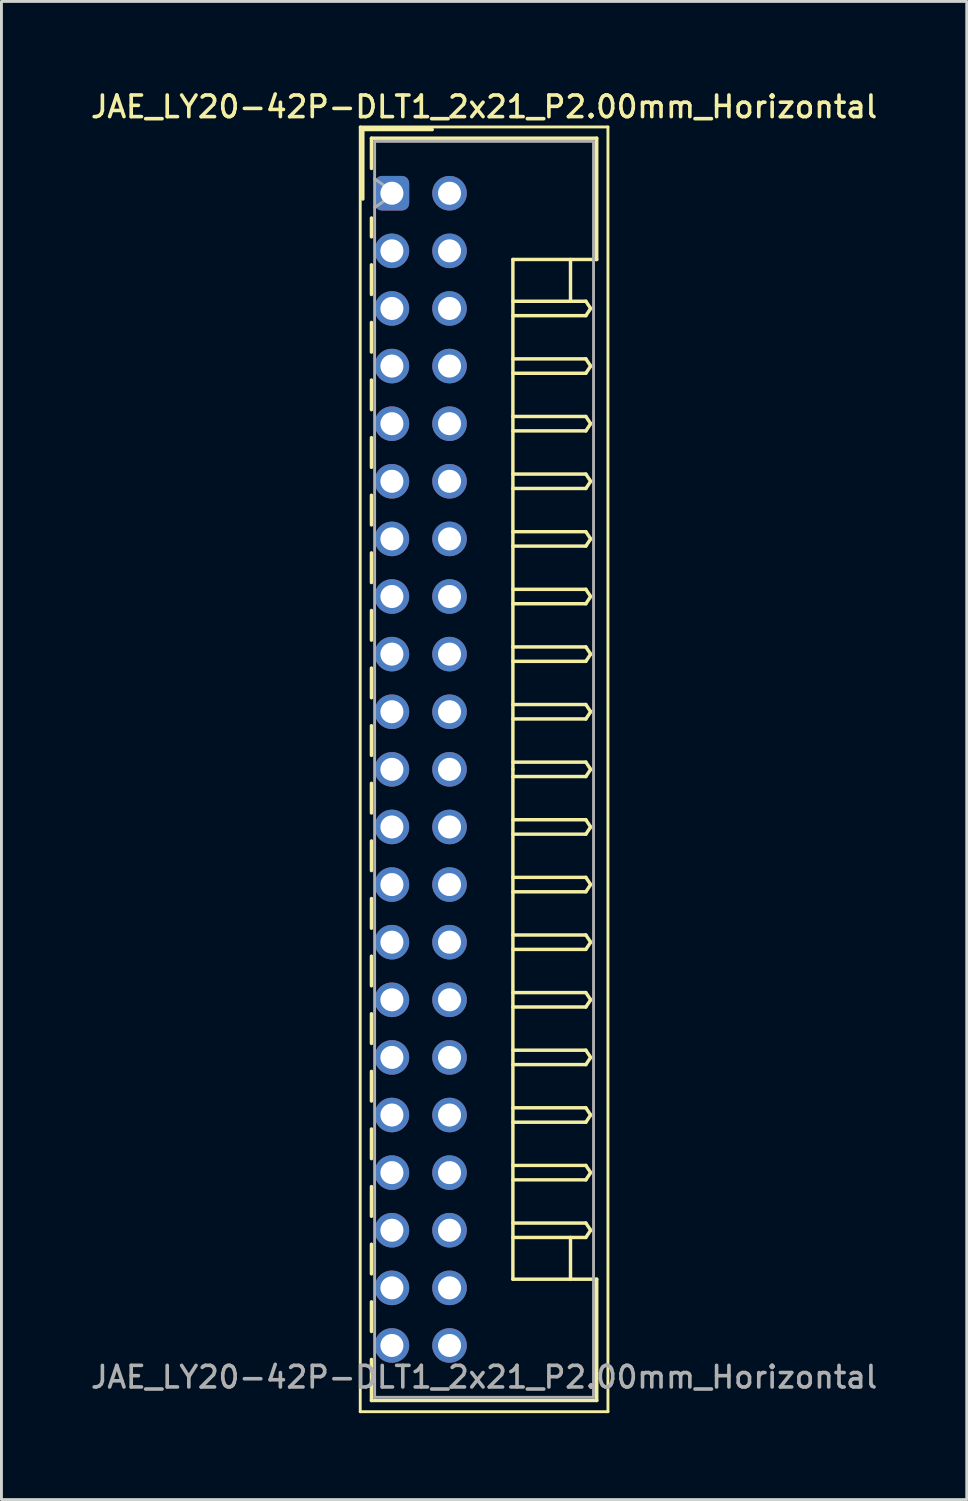
<source format=kicad_pcb>
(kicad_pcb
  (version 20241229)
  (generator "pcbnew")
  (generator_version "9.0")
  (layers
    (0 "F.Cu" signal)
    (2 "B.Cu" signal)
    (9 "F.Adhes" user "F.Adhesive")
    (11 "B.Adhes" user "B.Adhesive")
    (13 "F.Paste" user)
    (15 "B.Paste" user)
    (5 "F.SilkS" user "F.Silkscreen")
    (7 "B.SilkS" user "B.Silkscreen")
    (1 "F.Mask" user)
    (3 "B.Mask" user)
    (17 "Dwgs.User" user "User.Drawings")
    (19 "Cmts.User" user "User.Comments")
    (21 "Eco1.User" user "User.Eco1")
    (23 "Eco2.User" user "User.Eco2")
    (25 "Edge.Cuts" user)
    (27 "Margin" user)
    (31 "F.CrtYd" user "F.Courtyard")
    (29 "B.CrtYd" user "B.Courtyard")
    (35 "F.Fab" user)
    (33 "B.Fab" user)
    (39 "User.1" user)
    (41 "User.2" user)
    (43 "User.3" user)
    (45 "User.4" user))
  (footprint "JAE_LY20-42P-DLT1_2x21_P2.00mm_Horizontal"
    (layer "F.Cu")
    (at 10.555 3.658)
    (property "Reference" "JAE_LY20-42P-DLT1_2x21_P2.00mm_Horizontal" (at 3.2 -3 0) (layer "F.SilkS") (effects (font (size 0.75 0.75) (thickness 0.125))))
    (attr through_hole)
    (fp_line (start -1.1 -2.3) (end -1.1 42.3) (stroke (width 0.1) (type solid)) (layer "F.SilkS"))
    (fp_line (start -1.1 42.3) (end 7.5 42.3) (stroke (width 0.1) (type solid)) (layer "F.SilkS"))
    (fp_line (start -1.01 -2.21) (end -1.01 0.2) (stroke (width 0.12) (type solid)) (layer "F.SilkS"))
    (fp_line (start -0.71 -1.91) (end -0.71 -0.86) (stroke (width 0.12) (type solid)) (layer "F.SilkS"))
    (fp_line (start -0.71 -1.91) (end 7.11 -1.91) (stroke (width 0.12) (type solid)) (layer "F.SilkS"))
    (fp_line (start -0.71 0.86) (end -0.71 1.515) (stroke (width 0.12) (type solid)) (layer "F.SilkS"))
    (fp_line (start -0.71 2.485) (end -0.71 3.515) (stroke (width 0.12) (type solid)) (layer "F.SilkS"))
    (fp_line (start -0.71 4.485) (end -0.71 5.515) (stroke (width 0.12) (type solid)) (layer "F.SilkS"))
    (fp_line (start -0.71 6.485) (end -0.71 7.515) (stroke (width 0.12) (type solid)) (layer "F.SilkS"))
    (fp_line (start -0.71 8.485) (end -0.71 9.515) (stroke (width 0.12) (type solid)) (layer "F.SilkS"))
    (fp_line (start -0.71 10.485) (end -0.71 11.515) (stroke (width 0.12) (type solid)) (layer "F.SilkS"))
    (fp_line (start -0.71 12.485) (end -0.71 13.515) (stroke (width 0.12) (type solid)) (layer "F.SilkS"))
    (fp_line (start -0.71 14.485) (end -0.71 15.515) (stroke (width 0.12) (type solid)) (layer "F.SilkS"))
    (fp_line (start -0.71 16.485) (end -0.71 17.515) (stroke (width 0.12) (type solid)) (layer "F.SilkS"))
    (fp_line (start -0.71 18.485) (end -0.71 19.515) (stroke (width 0.12) (type solid)) (layer "F.SilkS"))
    (fp_line (start -0.71 20.485) (end -0.71 21.515) (stroke (width 0.12) (type solid)) (layer "F.SilkS"))
    (fp_line (start -0.71 22.485) (end -0.71 23.515) (stroke (width 0.12) (type solid)) (layer "F.SilkS"))
    (fp_line (start -0.71 24.485) (end -0.71 25.515) (stroke (width 0.12) (type solid)) (layer "F.SilkS"))
    (fp_line (start -0.71 26.485) (end -0.71 27.515) (stroke (width 0.12) (type solid)) (layer "F.SilkS"))
    (fp_line (start -0.71 28.485) (end -0.71 29.515) (stroke (width 0.12) (type solid)) (layer "F.SilkS"))
    (fp_line (start -0.71 30.485) (end -0.71 31.515) (stroke (width 0.12) (type solid)) (layer "F.SilkS"))
    (fp_line (start -0.71 32.485) (end -0.71 33.515) (stroke (width 0.12) (type solid)) (layer "F.SilkS"))
    (fp_line (start -0.71 34.485) (end -0.71 35.515) (stroke (width 0.12) (type solid)) (layer "F.SilkS"))
    (fp_line (start -0.71 36.485) (end -0.71 37.515) (stroke (width 0.12) (type solid)) (layer "F.SilkS"))
    (fp_line (start -0.71 38.485) (end -0.71 39.515) (stroke (width 0.12) (type solid)) (layer "F.SilkS"))
    (fp_line (start -0.71 40.485) (end -0.71 41.91) (stroke (width 0.12) (type solid)) (layer "F.SilkS"))
    (fp_line (start -0.71 41.91) (end 7.11 41.91) (stroke (width 0.12) (type solid)) (layer "F.SilkS"))
    (fp_line (start 1.4 -2.21) (end -1.01 -2.21) (stroke (width 0.12) (type solid)) (layer "F.SilkS"))
    (fp_line (start 4.2 2.3) (end 4.2 20) (stroke (width 0.12) (type solid)) (layer "F.SilkS"))
    (fp_line (start 4.2 3.75) (end 6.733 3.75) (stroke (width 0.12) (type solid)) (layer "F.SilkS"))
    (fp_line (start 4.2 5.75) (end 6.733 5.75) (stroke (width 0.12) (type solid)) (layer "F.SilkS"))
    (fp_line (start 4.2 7.75) (end 6.733 7.75) (stroke (width 0.12) (type solid)) (layer "F.SilkS"))
    (fp_line (start 4.2 9.75) (end 6.733 9.75) (stroke (width 0.12) (type solid)) (layer "F.SilkS"))
    (fp_line (start 4.2 11.75) (end 6.733 11.75) (stroke (width 0.12) (type solid)) (layer "F.SilkS"))
    (fp_line (start 4.2 13.75) (end 6.733 13.75) (stroke (width 0.12) (type solid)) (layer "F.SilkS"))
    (fp_line (start 4.2 15.75) (end 6.733 15.75) (stroke (width 0.12) (type solid)) (layer "F.SilkS"))
    (fp_line (start 4.2 17.75) (end 6.733 17.75) (stroke (width 0.12) (type solid)) (layer "F.SilkS"))
    (fp_line (start 4.2 19.75) (end 6.733 19.75) (stroke (width 0.12) (type solid)) (layer "F.SilkS"))
    (fp_line (start 4.2 21.75) (end 6.733 21.75) (stroke (width 0.12) (type solid)) (layer "F.SilkS"))
    (fp_line (start 4.2 23.75) (end 6.733 23.75) (stroke (width 0.12) (type solid)) (layer "F.SilkS"))
    (fp_line (start 4.2 25.75) (end 6.733 25.75) (stroke (width 0.12) (type solid)) (layer "F.SilkS"))
    (fp_line (start 4.2 27.75) (end 6.733 27.75) (stroke (width 0.12) (type solid)) (layer "F.SilkS"))
    (fp_line (start 4.2 29.75) (end 6.733 29.75) (stroke (width 0.12) (type solid)) (layer "F.SilkS"))
    (fp_line (start 4.2 31.75) (end 6.733 31.75) (stroke (width 0.12) (type solid)) (layer "F.SilkS"))
    (fp_line (start 4.2 33.75) (end 6.733 33.75) (stroke (width 0.12) (type solid)) (layer "F.SilkS"))
    (fp_line (start 4.2 35.75) (end 6.733 35.75) (stroke (width 0.12) (type solid)) (layer "F.SilkS"))
    (fp_line (start 4.2 37.7) (end 4.2 20) (stroke (width 0.12) (type solid)) (layer "F.SilkS"))
    (fp_line (start 6.2 2.3) (end 6.2 3.75) (stroke (width 0.12) (type solid)) (layer "F.SilkS"))
    (fp_line (start 6.2 37.7) (end 6.2 36.25) (stroke (width 0.12) (type solid)) (layer "F.SilkS"))
    (fp_line (start 6.733 3.75) (end 6.9 4) (stroke (width 0.12) (type solid)) (layer "F.SilkS"))
    (fp_line (start 6.733 4.25) (end 4.2 4.25) (stroke (width 0.12) (type solid)) (layer "F.SilkS"))
    (fp_line (start 6.733 5.75) (end 6.9 6) (stroke (width 0.12) (type solid)) (layer "F.SilkS"))
    (fp_line (start 6.733 6.25) (end 4.2 6.25) (stroke (width 0.12) (type solid)) (layer "F.SilkS"))
    (fp_line (start 6.733 7.75) (end 6.9 8) (stroke (width 0.12) (type solid)) (layer "F.SilkS"))
    (fp_line (start 6.733 8.25) (end 4.2 8.25) (stroke (width 0.12) (type solid)) (layer "F.SilkS"))
    (fp_line (start 6.733 9.75) (end 6.9 10) (stroke (width 0.12) (type solid)) (layer "F.SilkS"))
    (fp_line (start 6.733 10.25) (end 4.2 10.25) (stroke (width 0.12) (type solid)) (layer "F.SilkS"))
    (fp_line (start 6.733 11.75) (end 6.9 12) (stroke (width 0.12) (type solid)) (layer "F.SilkS"))
    (fp_line (start 6.733 12.25) (end 4.2 12.25) (stroke (width 0.12) (type solid)) (layer "F.SilkS"))
    (fp_line (start 6.733 13.75) (end 6.9 14) (stroke (width 0.12) (type solid)) (layer "F.SilkS"))
    (fp_line (start 6.733 14.25) (end 4.2 14.25) (stroke (width 0.12) (type solid)) (layer "F.SilkS"))
    (fp_line (start 6.733 15.75) (end 6.9 16) (stroke (width 0.12) (type solid)) (layer "F.SilkS"))
    (fp_line (start 6.733 16.25) (end 4.2 16.25) (stroke (width 0.12) (type solid)) (layer "F.SilkS"))
    (fp_line (start 6.733 17.75) (end 6.9 18) (stroke (width 0.12) (type solid)) (layer "F.SilkS"))
    (fp_line (start 6.733 18.25) (end 4.2 18.25) (stroke (width 0.12) (type solid)) (layer "F.SilkS"))
    (fp_line (start 6.733 19.75) (end 6.9 20) (stroke (width 0.12) (type solid)) (layer "F.SilkS"))
    (fp_line (start 6.733 20.25) (end 4.2 20.25) (stroke (width 0.12) (type solid)) (layer "F.SilkS"))
    (fp_line (start 6.733 21.75) (end 6.9 22) (stroke (width 0.12) (type solid)) (layer "F.SilkS"))
    (fp_line (start 6.733 22.25) (end 4.2 22.25) (stroke (width 0.12) (type solid)) (layer "F.SilkS"))
    (fp_line (start 6.733 23.75) (end 6.9 24) (stroke (width 0.12) (type solid)) (layer "F.SilkS"))
    (fp_line (start 6.733 24.25) (end 4.2 24.25) (stroke (width 0.12) (type solid)) (layer "F.SilkS"))
    (fp_line (start 6.733 25.75) (end 6.9 26) (stroke (width 0.12) (type solid)) (layer "F.SilkS"))
    (fp_line (start 6.733 26.25) (end 4.2 26.25) (stroke (width 0.12) (type solid)) (layer "F.SilkS"))
    (fp_line (start 6.733 27.75) (end 6.9 28) (stroke (width 0.12) (type solid)) (layer "F.SilkS"))
    (fp_line (start 6.733 28.25) (end 4.2 28.25) (stroke (width 0.12) (type solid)) (layer "F.SilkS"))
    (fp_line (start 6.733 29.75) (end 6.9 30) (stroke (width 0.12) (type solid)) (layer "F.SilkS"))
    (fp_line (start 6.733 30.25) (end 4.2 30.25) (stroke (width 0.12) (type solid)) (layer "F.SilkS"))
    (fp_line (start 6.733 31.75) (end 6.9 32) (stroke (width 0.12) (type solid)) (layer "F.SilkS"))
    (fp_line (start 6.733 32.25) (end 4.2 32.25) (stroke (width 0.12) (type solid)) (layer "F.SilkS"))
    (fp_line (start 6.733 33.75) (end 6.9 34) (stroke (width 0.12) (type solid)) (layer "F.SilkS"))
    (fp_line (start 6.733 34.25) (end 4.2 34.25) (stroke (width 0.12) (type solid)) (layer "F.SilkS"))
    (fp_line (start 6.733 35.75) (end 6.9 36) (stroke (width 0.12) (type solid)) (layer "F.SilkS"))
    (fp_line (start 6.733 36.25) (end 4.2 36.25) (stroke (width 0.12) (type solid)) (layer "F.SilkS"))
    (fp_line (start 6.9 4) (end 6.733 4.25) (stroke (width 0.12) (type solid)) (layer "F.SilkS"))
    (fp_line (start 6.9 6) (end 6.733 6.25) (stroke (width 0.12) (type solid)) (layer "F.SilkS"))
    (fp_line (start 6.9 8) (end 6.733 8.25) (stroke (width 0.12) (type solid)) (layer "F.SilkS"))
    (fp_line (start 6.9 10) (end 6.733 10.25) (stroke (width 0.12) (type solid)) (layer "F.SilkS"))
    (fp_line (start 6.9 12) (end 6.733 12.25) (stroke (width 0.12) (type solid)) (layer "F.SilkS"))
    (fp_line (start 6.9 14) (end 6.733 14.25) (stroke (width 0.12) (type solid)) (layer "F.SilkS"))
    (fp_line (start 6.9 16) (end 6.733 16.25) (stroke (width 0.12) (type solid)) (layer "F.SilkS"))
    (fp_line (start 6.9 18) (end 6.733 18.25) (stroke (width 0.12) (type solid)) (layer "F.SilkS"))
    (fp_line (start 6.9 20) (end 6.733 20.25) (stroke (width 0.12) (type solid)) (layer "F.SilkS"))
    (fp_line (start 6.9 22) (end 6.733 22.25) (stroke (width 0.12) (type solid)) (layer "F.SilkS"))
    (fp_line (start 6.9 24) (end 6.733 24.25) (stroke (width 0.12) (type solid)) (layer "F.SilkS"))
    (fp_line (start 6.9 26) (end 6.733 26.25) (stroke (width 0.12) (type solid)) (layer "F.SilkS"))
    (fp_line (start 6.9 28) (end 6.733 28.25) (stroke (width 0.12) (type solid)) (layer "F.SilkS"))
    (fp_line (start 6.9 30) (end 6.733 30.25) (stroke (width 0.12) (type solid)) (layer "F.SilkS"))
    (fp_line (start 6.9 32) (end 6.733 32.25) (stroke (width 0.12) (type solid)) (layer "F.SilkS"))
    (fp_line (start 6.9 34) (end 6.733 34.25) (stroke (width 0.12) (type solid)) (layer "F.SilkS"))
    (fp_line (start 6.9 36) (end 6.733 36.25) (stroke (width 0.12) (type solid)) (layer "F.SilkS"))
    (fp_line (start 7.11 -1.91) (end 7.11 2.3) (stroke (width 0.12) (type solid)) (layer "F.SilkS"))
    (fp_line (start 7.11 2.3) (end 4.2 2.3) (stroke (width 0.12) (type solid)) (layer "F.SilkS"))
    (fp_line (start 7.11 37.7) (end 4.2 37.7) (stroke (width 0.12) (type solid)) (layer "F.SilkS"))
    (fp_line (start 7.11 41.91) (end 7.11 37.7) (stroke (width 0.12) (type solid)) (layer "F.SilkS"))
    (fp_line (start 7.5 -2.3) (end -1.1 -2.3) (stroke (width 0.1) (type solid)) (layer "F.SilkS"))
    (fp_line (start 7.5 42.3) (end 7.5 -2.3) (stroke (width 0.1) (type solid)) (layer "F.SilkS"))
    (fp_line (start -0.6 -1.8) (end -0.6 41.8) (stroke (width 0.1) (type solid)) (layer "F.Fab"))
    (fp_line (start -0.6 0.5) (end 0.107 0) (stroke (width 0.1) (type solid)) (layer "F.Fab"))
    (fp_line (start -0.6 41.8) (end 7 41.8) (stroke (width 0.1) (type solid)) (layer "F.Fab"))
    (fp_line (start 0.107 0) (end -0.6 -0.5) (stroke (width 0.1) (type solid)) (layer "F.Fab"))
    (fp_line (start 7 -1.8) (end -0.6 -1.8) (stroke (width 0.1) (type solid)) (layer "F.Fab"))
    (fp_line (start 7 41.8) (end 7 -1.8) (stroke (width 0.1) (type solid)) (layer "F.Fab"))
    (fp_text user "${REFERENCE}" (at 3.2 41.1 0) (layer "F.Fab") (effects (font (size 0.75 0.75) (thickness 0.125))))
    (pad "a1" thru_hole roundrect (at 0 0) (size 1.2 1.2) (drill 0.8) (layers "*.Cu" "*.Mask") (roundrect_rratio 0.208))
    (pad "a2" thru_hole circle (at 0 2) (size 1.2 1.2) (drill 0.8) (layers "*.Cu" "*.Mask"))
    (pad "a3" thru_hole circle (at 0 4) (size 1.2 1.2) (drill 0.8) (layers "*.Cu" "*.Mask"))
    (pad "a4" thru_hole circle (at 0 6) (size 1.2 1.2) (drill 0.8) (layers "*.Cu" "*.Mask"))
    (pad "a5" thru_hole circle (at 0 8) (size 1.2 1.2) (drill 0.8) (layers "*.Cu" "*.Mask"))
    (pad "a6" thru_hole circle (at 0 10) (size 1.2 1.2) (drill 0.8) (layers "*.Cu" "*.Mask"))
    (pad "a7" thru_hole circle (at 0 12) (size 1.2 1.2) (drill 0.8) (layers "*.Cu" "*.Mask"))
    (pad "a8" thru_hole circle (at 0 14) (size 1.2 1.2) (drill 0.8) (layers "*.Cu" "*.Mask"))
    (pad "a9" thru_hole circle (at 0 16) (size 1.2 1.2) (drill 0.8) (layers "*.Cu" "*.Mask"))
    (pad "a10" thru_hole circle (at 0 18) (size 1.2 1.2) (drill 0.8) (layers "*.Cu" "*.Mask"))
    (pad "a11" thru_hole circle (at 0 20) (size 1.2 1.2) (drill 0.8) (layers "*.Cu" "*.Mask"))
    (pad "a12" thru_hole circle (at 0 22) (size 1.2 1.2) (drill 0.8) (layers "*.Cu" "*.Mask"))
    (pad "a13" thru_hole circle (at 0 24) (size 1.2 1.2) (drill 0.8) (layers "*.Cu" "*.Mask"))
    (pad "a14" thru_hole circle (at 0 26) (size 1.2 1.2) (drill 0.8) (layers "*.Cu" "*.Mask"))
    (pad "a15" thru_hole circle (at 0 28) (size 1.2 1.2) (drill 0.8) (layers "*.Cu" "*.Mask"))
    (pad "a16" thru_hole circle (at 0 30) (size 1.2 1.2) (drill 0.8) (layers "*.Cu" "*.Mask"))
    (pad "a17" thru_hole circle (at 0 32) (size 1.2 1.2) (drill 0.8) (layers "*.Cu" "*.Mask"))
    (pad "a18" thru_hole circle (at 0 34) (size 1.2 1.2) (drill 0.8) (layers "*.Cu" "*.Mask"))
    (pad "a19" thru_hole circle (at 0 36) (size 1.2 1.2) (drill 0.8) (layers "*.Cu" "*.Mask"))
    (pad "a20" thru_hole circle (at 0 38) (size 1.2 1.2) (drill 0.8) (layers "*.Cu" "*.Mask"))
    (pad "a21" thru_hole circle (at 0 40) (size 1.2 1.2) (drill 0.8) (layers "*.Cu" "*.Mask"))
    (pad "b1" thru_hole circle (at 2 0) (size 1.2 1.2) (drill 0.8) (layers "*.Cu" "*.Mask"))
    (pad "b2" thru_hole circle (at 2 2) (size 1.2 1.2) (drill 0.8) (layers "*.Cu" "*.Mask"))
    (pad "b3" thru_hole circle (at 2 4) (size 1.2 1.2) (drill 0.8) (layers "*.Cu" "*.Mask"))
    (pad "b4" thru_hole circle (at 2 6) (size 1.2 1.2) (drill 0.8) (layers "*.Cu" "*.Mask"))
    (pad "b5" thru_hole circle (at 2 8) (size 1.2 1.2) (drill 0.8) (layers "*.Cu" "*.Mask"))
    (pad "b6" thru_hole circle (at 2 10) (size 1.2 1.2) (drill 0.8) (layers "*.Cu" "*.Mask"))
    (pad "b7" thru_hole circle (at 2 12) (size 1.2 1.2) (drill 0.8) (layers "*.Cu" "*.Mask"))
    (pad "b8" thru_hole circle (at 2 14) (size 1.2 1.2) (drill 0.8) (layers "*.Cu" "*.Mask"))
    (pad "b9" thru_hole circle (at 2 16) (size 1.2 1.2) (drill 0.8) (layers "*.Cu" "*.Mask"))
    (pad "b10" thru_hole circle (at 2 18) (size 1.2 1.2) (drill 0.8) (layers "*.Cu" "*.Mask"))
    (pad "b11" thru_hole circle (at 2 20) (size 1.2 1.2) (drill 0.8) (layers "*.Cu" "*.Mask"))
    (pad "b12" thru_hole circle (at 2 22) (size 1.2 1.2) (drill 0.8) (layers "*.Cu" "*.Mask"))
    (pad "b13" thru_hole circle (at 2 24) (size 1.2 1.2) (drill 0.8) (layers "*.Cu" "*.Mask"))
    (pad "b14" thru_hole circle (at 2 26) (size 1.2 1.2) (drill 0.8) (layers "*.Cu" "*.Mask"))
    (pad "b15" thru_hole circle (at 2 28) (size 1.2 1.2) (drill 0.8) (layers "*.Cu" "*.Mask"))
    (pad "b16" thru_hole circle (at 2 30) (size 1.2 1.2) (drill 0.8) (layers "*.Cu" "*.Mask"))
    (pad "b17" thru_hole circle (at 2 32) (size 1.2 1.2) (drill 0.8) (layers "*.Cu" "*.Mask"))
    (pad "b18" thru_hole circle (at 2 34) (size 1.2 1.2) (drill 0.8) (layers "*.Cu" "*.Mask"))
    (pad "b19" thru_hole circle (at 2 36) (size 1.2 1.2) (drill 0.8) (layers "*.Cu" "*.Mask"))
    (pad "b20" thru_hole circle (at 2 38) (size 1.2 1.2) (drill 0.8) (layers "*.Cu" "*.Mask"))
    (pad "b21" thru_hole circle (at 2 40) (size 1.2 1.2) (drill 0.8) (layers "*.Cu" "*.Mask")))
  (gr_rect
    (start -3 -3)
    (end 30.511 49.008)
    (stroke (width 0.1) (type default))
    (fill no)
    (layer "Edge.Cuts")))
</source>
